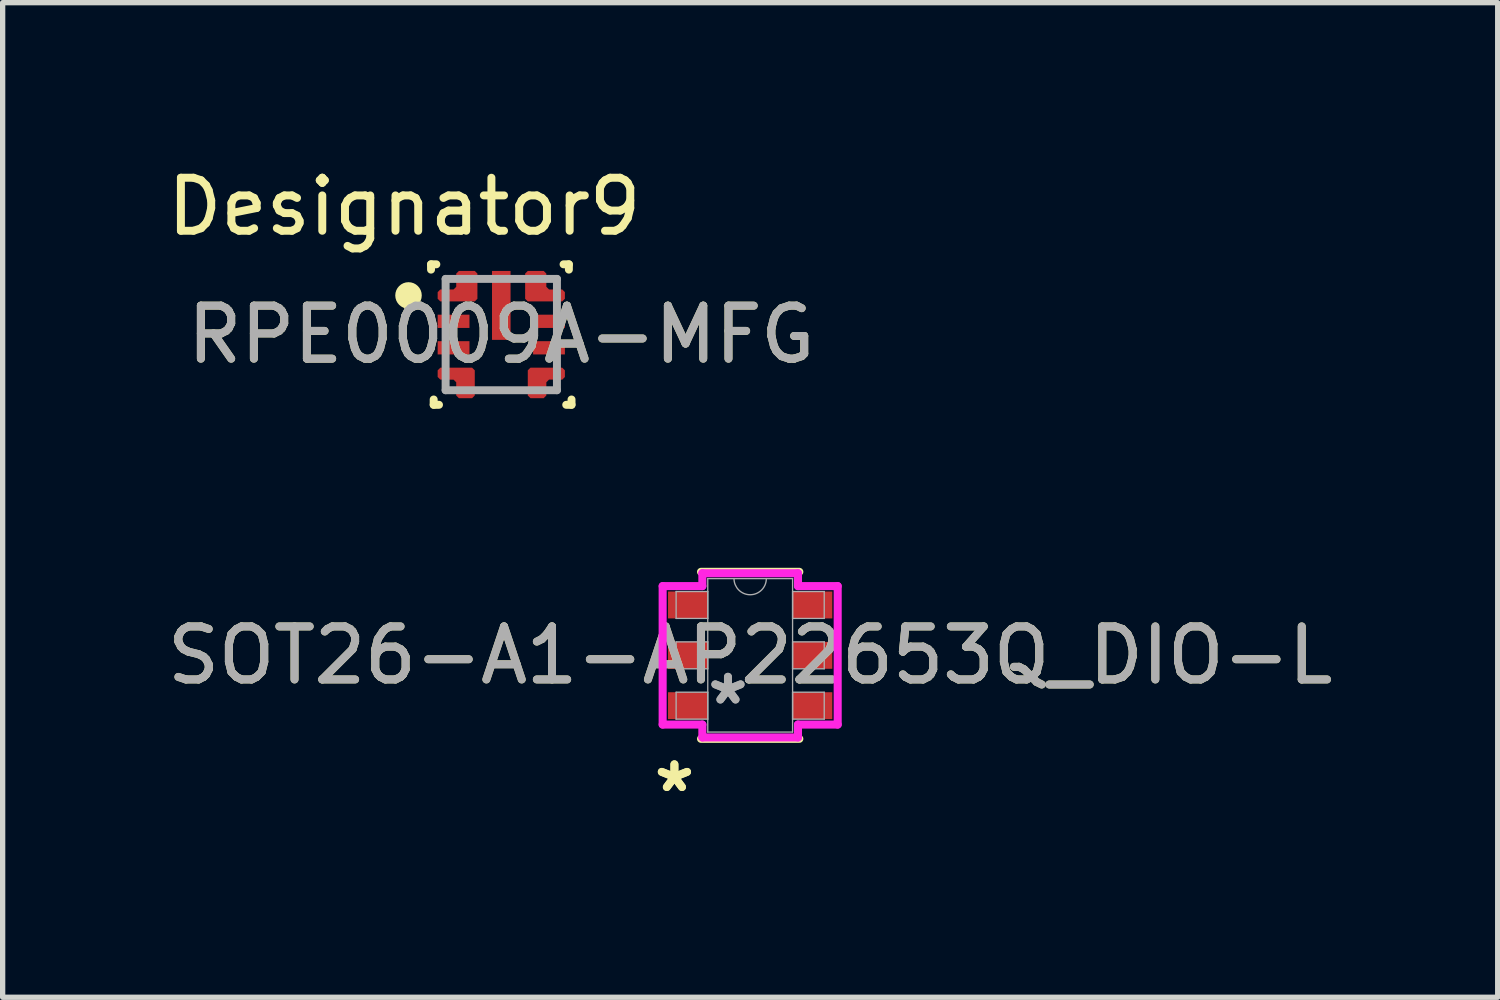
<source format=kicad_pcb>
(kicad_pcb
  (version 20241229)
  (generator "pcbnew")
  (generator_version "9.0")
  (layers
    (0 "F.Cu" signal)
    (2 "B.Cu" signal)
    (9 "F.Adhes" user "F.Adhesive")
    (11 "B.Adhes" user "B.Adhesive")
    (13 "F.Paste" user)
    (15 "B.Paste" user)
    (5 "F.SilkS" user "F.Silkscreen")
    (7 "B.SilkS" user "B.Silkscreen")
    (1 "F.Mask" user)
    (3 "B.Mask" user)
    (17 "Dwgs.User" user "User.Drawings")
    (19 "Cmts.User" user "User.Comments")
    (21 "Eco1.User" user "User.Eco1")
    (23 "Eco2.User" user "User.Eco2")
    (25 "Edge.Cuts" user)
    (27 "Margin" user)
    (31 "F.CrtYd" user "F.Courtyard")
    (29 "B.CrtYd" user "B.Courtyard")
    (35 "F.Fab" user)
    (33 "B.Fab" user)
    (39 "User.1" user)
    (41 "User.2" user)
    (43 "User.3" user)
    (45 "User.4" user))
  (footprint "RPE0009A-MFG"
    (layer "F.Cu")
    (at 6.406 3.261)
    (property "Reference" "RPE0009A-MFG" (at 0 0 0) (unlocked yes) (layer "F.SilkS") (effects (font (size 1 1) (thickness 0.15))))
    (attr smd)
    (fp_poly (pts (xy -1.2 -0.8) (xy -1.15 -0.851) (xy -0.9 -0.851) (xy -0.85 -0.901) (xy -0.85 -1.15) (xy -0.8 -1.2) (xy -0.5 -1.2) (xy -0.45 -1.15) (xy -0.45 -0.675) (xy -0.5 -0.625) (xy -1.15 -0.625) (xy -1.2 -0.675)) (stroke (width 0) (type solid)) (fill yes) (layer "F.Cu"))
    (fp_poly (pts (xy -1.2 0.8) (xy -1.15 0.85) (xy -0.9 0.851) (xy -0.85 0.901) (xy -0.85 1.15) (xy -0.8 1.2) (xy -0.55 1.2) (xy -0.5 1.15) (xy -0.5 0.675) (xy -0.55 0.625) (xy -1.15 0.625) (xy -1.2 0.675)) (stroke (width 0) (type solid)) (fill yes) (layer "F.Cu"))
    (fp_poly (pts (xy 1.2 -0.8) (xy 1.15 -0.85) (xy 0.9 -0.851) (xy 0.85 -0.901) (xy 0.85 -1.15) (xy 0.8 -1.2) (xy 0.5 -1.2) (xy 0.45 -1.15) (xy 0.45 -0.675) (xy 0.5 -0.625) (xy 1.15 -0.625) (xy 1.2 -0.675)) (stroke (width 0) (type solid)) (fill yes) (layer "F.Cu"))
    (fp_poly (pts (xy 1.2 0.8) (xy 1.15 0.851) (xy 0.9 0.85) (xy 0.85 0.901) (xy 0.85 1.15) (xy 0.8 1.2) (xy 0.55 1.2) (xy 0.5 1.15) (xy 0.5 0.675) (xy 0.55 0.625) (xy 1.15 0.625) (xy 1.2 0.675)) (stroke (width 0) (type solid)) (fill yes) (layer "F.Cu"))
    (fp_poly (pts (xy -1.2 -0.8) (xy -1.15 -0.851) (xy -0.9 -0.851) (xy -0.85 -0.901) (xy -0.85 -1.15) (xy -0.8 -1.2) (xy -0.5 -1.2) (xy -0.45 -1.15) (xy -0.45 -0.675) (xy -0.5 -0.625) (xy -1.15 -0.625) (xy -1.2 -0.675)) (stroke (width 0) (type solid)) (fill yes) (layer "F.Mask"))
    (fp_poly (pts (xy -1.2 0.8) (xy -1.2 0.675) (xy -1.15 0.625) (xy -0.55 0.625) (xy -0.5 0.675) (xy -0.5 1.15) (xy -0.55 1.2) (xy -0.8 1.2) (xy -0.85 1.15) (xy -0.85 0.901) (xy -0.9 0.851) (xy -1.15 0.85)) (stroke (width 0) (type solid)) (fill yes) (layer "F.Mask"))
    (fp_poly (pts (xy 1.2 -0.8) (xy 1.2 -0.675) (xy 1.15 -0.625) (xy 0.5 -0.625) (xy 0.45 -0.675) (xy 0.45 -1.15) (xy 0.5 -1.2) (xy 0.8 -1.2) (xy 0.85 -1.15) (xy 0.85 -0.901) (xy 0.9 -0.851) (xy 1.15 -0.85)) (stroke (width 0) (type solid)) (fill yes) (layer "F.Mask"))
    (fp_poly (pts (xy 1.2 0.8) (xy 1.15 0.851) (xy 0.9 0.85) (xy 0.85 0.901) (xy 0.85 1.15) (xy 0.8 1.2) (xy 0.55 1.2) (xy 0.5 1.15) (xy 0.5 0.675) (xy 0.55 0.625) (xy 1.15 0.625) (xy 1.2 0.675)) (stroke (width 0) (type solid)) (fill yes) (layer "F.Mask"))
    (fp_line (start -1.325 -1.325) (end -1.225 -1.325) (stroke (width 0.15) (type solid)) (layer "F.SilkS"))
    (fp_line (start -1.325 -1.225) (end -1.325 -1.325) (stroke (width 0.15) (type solid)) (layer "F.SilkS"))
    (fp_line (start -1.275 1.325) (end -1.275 1.225) (stroke (width 0.15) (type solid)) (layer "F.SilkS"))
    (fp_line (start -1.275 1.325) (end -1.175 1.325) (stroke (width 0.15) (type solid)) (layer "F.SilkS"))
    (fp_line (start 1.175 -1.325) (end 1.275 -1.325) (stroke (width 0.15) (type solid)) (layer "F.SilkS"))
    (fp_line (start 1.225 1.325) (end 1.325 1.325) (stroke (width 0.15) (type solid)) (layer "F.SilkS"))
    (fp_line (start 1.275 -1.225) (end 1.275 -1.325) (stroke (width 0.15) (type solid)) (layer "F.SilkS"))
    (fp_line (start 1.325 1.325) (end 1.325 1.225) (stroke (width 0.15) (type solid)) (layer "F.SilkS"))
    (fp_circle (center -1.75 -0.738) (end -1.625 -0.738) (stroke (width 0.25) (type solid)) (fill no) (layer "F.SilkS"))
    (fp_poly (pts (xy -0.175 0.05) (xy -0.175 -0.4) (xy -0.125 -0.45) (xy 0.125 -0.45) (xy 0.175 -0.4) (xy 0.175 0.05) (xy 0.125 0.1) (xy -0.125 0.1)) (stroke (width 0) (type solid)) (fill yes) (layer "F.Paste"))
    (fp_poly (pts (xy 0.175 -0.7) (xy 0.125 -0.65) (xy -0.125 -0.65) (xy -0.175 -0.7) (xy -0.175 -1.15) (xy -0.125 -1.2) (xy 0.125 -1.2) (xy 0.175 -1.15)) (stroke (width 0) (type solid)) (fill yes) (layer "F.Paste"))
    (fp_poly (pts (xy -1.2 -0.8) (xy -1.15 -0.85) (xy -0.9 -0.851) (xy -0.85 -0.901) (xy -0.85 -1.075) (xy -0.8 -1.125) (xy -0.5 -1.125) (xy -0.45 -1.075) (xy -0.45 -0.675) (xy -0.5 -0.625) (xy -1.15 -0.625) (xy -1.2 -0.675)) (stroke (width 0) (type solid)) (fill yes) (layer "F.Paste"))
    (fp_poly (pts (xy -1.2 0.8) (xy -1.2 0.675) (xy -1.15 0.625) (xy -0.55 0.625) (xy -0.5 0.675) (xy -0.5 1.15) (xy -0.55 1.2) (xy -0.8 1.2) (xy -0.85 1.15) (xy -0.85 0.901) (xy -0.9 0.851) (xy -1.15 0.85)) (stroke (width 0) (type solid)) (fill yes) (layer "F.Paste"))
    (fp_poly (pts (xy 1.2 -0.801) (xy 1.15 -0.851) (xy 0.9 -0.851) (xy 0.85 -0.901) (xy 0.85 -1.076) (xy 0.8 -1.126) (xy 0.5 -1.126) (xy 0.45 -1.076) (xy 0.45 -0.676) (xy 0.5 -0.626) (xy 1.15 -0.626) (xy 1.2 -0.676)) (stroke (width 0) (type solid)) (fill yes) (layer "F.Paste"))
    (fp_poly (pts (xy 1.2 0.8) (xy 1.15 0.851) (xy 0.9 0.85) (xy 0.85 0.901) (xy 0.85 1.15) (xy 0.8 1.2) (xy 0.55 1.2) (xy 0.5 1.15) (xy 0.5 0.675) (xy 0.55 0.625) (xy 1.15 0.625) (xy 1.2 0.675)) (stroke (width 0) (type solid)) (fill yes) (layer "F.Paste"))
    (fp_line (start -1.05 -1.05) (end 1.05 -1.05) (stroke (width 0.15) (type solid)) (layer "F.Fab"))
    (fp_line (start -1.05 1.05) (end -1.05 -1.05) (stroke (width 0.15) (type solid)) (layer "F.Fab"))
    (fp_line (start -1.05 1.05) (end 1.05 1.05) (stroke (width 0.15) (type solid)) (layer "F.Fab"))
    (fp_line (start 1.05 1.05) (end 1.05 -1.05) (stroke (width 0.15) (type solid)) (layer "F.Fab"))
    (fp_text user "Designator9" (at -1.829 -2.413 0) (unlocked yes) (layer "F.SilkS") (effects (font (size 1 1) (thickness 0.15))))
    (fp_text user "${REFERENCE}" (at 0 0 0) (unlocked yes) (layer "F.Fab") (effects (font (size 1 1) (thickness 0.15))))
    (pad "1" smd circle (at -0.661 -0.877) (size 0.342 0.342) (layers "F.Cu" "F.Mask"))
    (pad "2" smd rect (at -0.9 -0.25) (size 0.6 0.25) (layers "F.Cu" "F.Mask" "F.Paste"))
    (pad "3" smd rect (at -0.9 0.25) (size 0.6 0.25) (layers "F.Cu" "F.Mask" "F.Paste"))
    (pad "4" smd circle (at -0.661 0.877) (size 0.291 0.291) (layers "F.Cu" "F.Mask" "F.Paste"))
    (pad "5" smd circle (at 0.68 0.805) (size 0.323 0.323) (layers "F.Cu" "F.Mask" "F.Paste"))
    (pad "6" smd rect (at 0.9 0.25) (size 0.6 0.25) (layers "F.Cu" "F.Mask" "F.Paste"))
    (pad "7" smd rect (at 0.9 -0.25) (size 0.6 0.25) (layers "F.Cu" "F.Mask" "F.Paste"))
    (pad "8" smd circle (at 0.665 -0.841) (size 0.346 0.346) (layers "F.Cu" "F.Mask"))
    (pad "9" smd rect (at 0 -0.55) (size 0.35 1.3) (layers "F.Cu" "F.Mask")))
  (footprint "SOT26-A1-AP22653Q_DIO-L"
    (layer "F.Cu")
    (at 11.101 9.312)
    (property "Reference" "SOT26-A1-AP22653Q_DIO-L" (at 0 0 0) (unlocked yes) (layer "F.SilkS") (effects (font (size 1 1) (thickness 0.15))))
    (attr smd)
    (fp_line (start -0.927 1.575) (end 0.927 1.575) (stroke (width 0.152) (type solid)) (layer "F.SilkS"))
    (fp_line (start 0.927 -1.575) (end -0.927 -1.575) (stroke (width 0.152) (type solid)) (layer "F.SilkS"))
    (fp_line (start -1.651 -1.306) (end -0.902 -1.306) (stroke (width 0.152) (type solid)) (layer "F.CrtYd"))
    (fp_line (start -1.651 1.306) (end -1.651 -1.306) (stroke (width 0.152) (type solid)) (layer "F.CrtYd"))
    (fp_line (start -1.651 1.306) (end -0.902 1.306) (stroke (width 0.152) (type solid)) (layer "F.CrtYd"))
    (fp_line (start -0.902 -1.549) (end 0.902 -1.549) (stroke (width 0.152) (type solid)) (layer "F.CrtYd"))
    (fp_line (start -0.902 -1.306) (end -0.902 -1.549) (stroke (width 0.152) (type solid)) (layer "F.CrtYd"))
    (fp_line (start -0.902 1.549) (end -0.902 1.306) (stroke (width 0.152) (type solid)) (layer "F.CrtYd"))
    (fp_line (start 0.902 -1.549) (end 0.902 -1.306) (stroke (width 0.152) (type solid)) (layer "F.CrtYd"))
    (fp_line (start 0.902 1.306) (end 0.902 1.549) (stroke (width 0.152) (type solid)) (layer "F.CrtYd"))
    (fp_line (start 0.902 1.549) (end -0.902 1.549) (stroke (width 0.152) (type solid)) (layer "F.CrtYd"))
    (fp_line (start 1.651 -1.306) (end 0.902 -1.306) (stroke (width 0.152) (type solid)) (layer "F.CrtYd"))
    (fp_line (start 1.651 -1.306) (end 1.651 1.306) (stroke (width 0.152) (type solid)) (layer "F.CrtYd"))
    (fp_line (start 1.651 1.306) (end 0.902 1.306) (stroke (width 0.152) (type solid)) (layer "F.CrtYd"))
    (fp_line (start -1.397 -1.204) (end -1.397 -0.696) (stroke (width 0.025) (type solid)) (layer "F.Fab"))
    (fp_line (start -1.397 -0.696) (end -0.8 -0.696) (stroke (width 0.025) (type solid)) (layer "F.Fab"))
    (fp_line (start -1.397 -0.254) (end -1.397 0.254) (stroke (width 0.025) (type solid)) (layer "F.Fab"))
    (fp_line (start -1.397 0.254) (end -0.8 0.254) (stroke (width 0.025) (type solid)) (layer "F.Fab"))
    (fp_line (start -1.397 0.696) (end -1.397 1.204) (stroke (width 0.025) (type solid)) (layer "F.Fab"))
    (fp_line (start -1.397 1.204) (end -0.8 1.204) (stroke (width 0.025) (type solid)) (layer "F.Fab"))
    (fp_line (start -0.8 -1.448) (end -0.8 1.448) (stroke (width 0.025) (type solid)) (layer "F.Fab"))
    (fp_line (start -0.8 -1.204) (end -1.397 -1.204) (stroke (width 0.025) (type solid)) (layer "F.Fab"))
    (fp_line (start -0.8 -0.696) (end -0.8 -1.204) (stroke (width 0.025) (type solid)) (layer "F.Fab"))
    (fp_line (start -0.8 -0.254) (end -1.397 -0.254) (stroke (width 0.025) (type solid)) (layer "F.Fab"))
    (fp_line (start -0.8 0.254) (end -0.8 -0.254) (stroke (width 0.025) (type solid)) (layer "F.Fab"))
    (fp_line (start -0.8 0.696) (end -1.397 0.696) (stroke (width 0.025) (type solid)) (layer "F.Fab"))
    (fp_line (start -0.8 1.204) (end -0.8 0.696) (stroke (width 0.025) (type solid)) (layer "F.Fab"))
    (fp_line (start -0.8 1.448) (end 0.8 1.448) (stroke (width 0.025) (type solid)) (layer "F.Fab"))
    (fp_line (start 0.8 -1.448) (end -0.8 -1.448) (stroke (width 0.025) (type solid)) (layer "F.Fab"))
    (fp_line (start 0.8 -1.204) (end 0.8 -0.696) (stroke (width 0.025) (type solid)) (layer "F.Fab"))
    (fp_line (start 0.8 -0.696) (end 1.397 -0.696) (stroke (width 0.025) (type solid)) (layer "F.Fab"))
    (fp_line (start 0.8 -0.254) (end 0.8 0.254) (stroke (width 0.025) (type solid)) (layer "F.Fab"))
    (fp_line (start 0.8 0.254) (end 1.397 0.254) (stroke (width 0.025) (type solid)) (layer "F.Fab"))
    (fp_line (start 0.8 0.696) (end 0.8 1.204) (stroke (width 0.025) (type solid)) (layer "F.Fab"))
    (fp_line (start 0.8 1.204) (end 1.397 1.204) (stroke (width 0.025) (type solid)) (layer "F.Fab"))
    (fp_line (start 0.8 1.448) (end 0.8 -1.448) (stroke (width 0.025) (type solid)) (layer "F.Fab"))
    (fp_line (start 1.397 -1.204) (end 0.8 -1.204) (stroke (width 0.025) (type solid)) (layer "F.Fab"))
    (fp_line (start 1.397 -0.696) (end 1.397 -1.204) (stroke (width 0.025) (type solid)) (layer "F.Fab"))
    (fp_line (start 1.397 -0.254) (end 0.8 -0.254) (stroke (width 0.025) (type solid)) (layer "F.Fab"))
    (fp_line (start 1.397 0.254) (end 1.397 -0.254) (stroke (width 0.025) (type solid)) (layer "F.Fab"))
    (fp_line (start 1.397 0.696) (end 0.8 0.696) (stroke (width 0.025) (type solid)) (layer "F.Fab"))
    (fp_line (start 1.397 1.204) (end 1.397 0.696) (stroke (width 0.025) (type solid)) (layer "F.Fab"))
    (fp_arc (start 0.3048 -1.4478) (mid 0 -1.143) (end -0.3048 -1.4478) (stroke (width 0.0254) (type solid)) (layer "F.Fab"))
    (fp_text user "*" (at -1.429 2.601 0) (unlocked yes) (layer "F.SilkS") (effects (font (size 1 1) (thickness 0.15))))
    (fp_text user "*" (at -1.429 2.601 0) (layer "F.SilkS") (effects (font (size 1 1) (thickness 0.15))))
    (fp_text user "*" (at -0.419 0.95 0) (layer "F.Fab") (effects (font (size 1 1) (thickness 0.15))))
    (fp_text user "*" (at -0.419 0.95 0) (unlocked yes) (layer "F.Fab") (effects (font (size 1 1) (thickness 0.15))))
    (fp_text user "${REFERENCE}" (at 0 0 0) (unlocked yes) (layer "F.Fab") (effects (font (size 1 1) (thickness 0.15))))
    (pad "1" smd rect (at -1.175 0.95) (size 0.749 0.508) (layers "F.Cu" "F.Mask" "F.Paste"))
    (pad "2" smd rect (at -1.175 0) (size 0.749 0.508) (layers "F.Cu" "F.Mask" "F.Paste"))
    (pad "3" smd rect (at -1.175 -0.95) (size 0.749 0.508) (layers "F.Cu" "F.Mask" "F.Paste"))
    (pad "4" smd rect (at 1.175 -0.95) (size 0.749 0.508) (layers "F.Cu" "F.Mask" "F.Paste"))
    (pad "5" smd rect (at 1.175 0) (size 0.749 0.508) (layers "F.Cu" "F.Mask" "F.Paste"))
    (pad "6" smd rect (at 1.175 0.95) (size 0.749 0.508) (layers "F.Cu" "F.Mask" "F.Paste")))
  (gr_rect
    (start -3 -3)
    (end 25.202 15.762)
    (stroke (width 0.1) (type default))
    (fill no)
    (layer "Edge.Cuts")))
</source>
